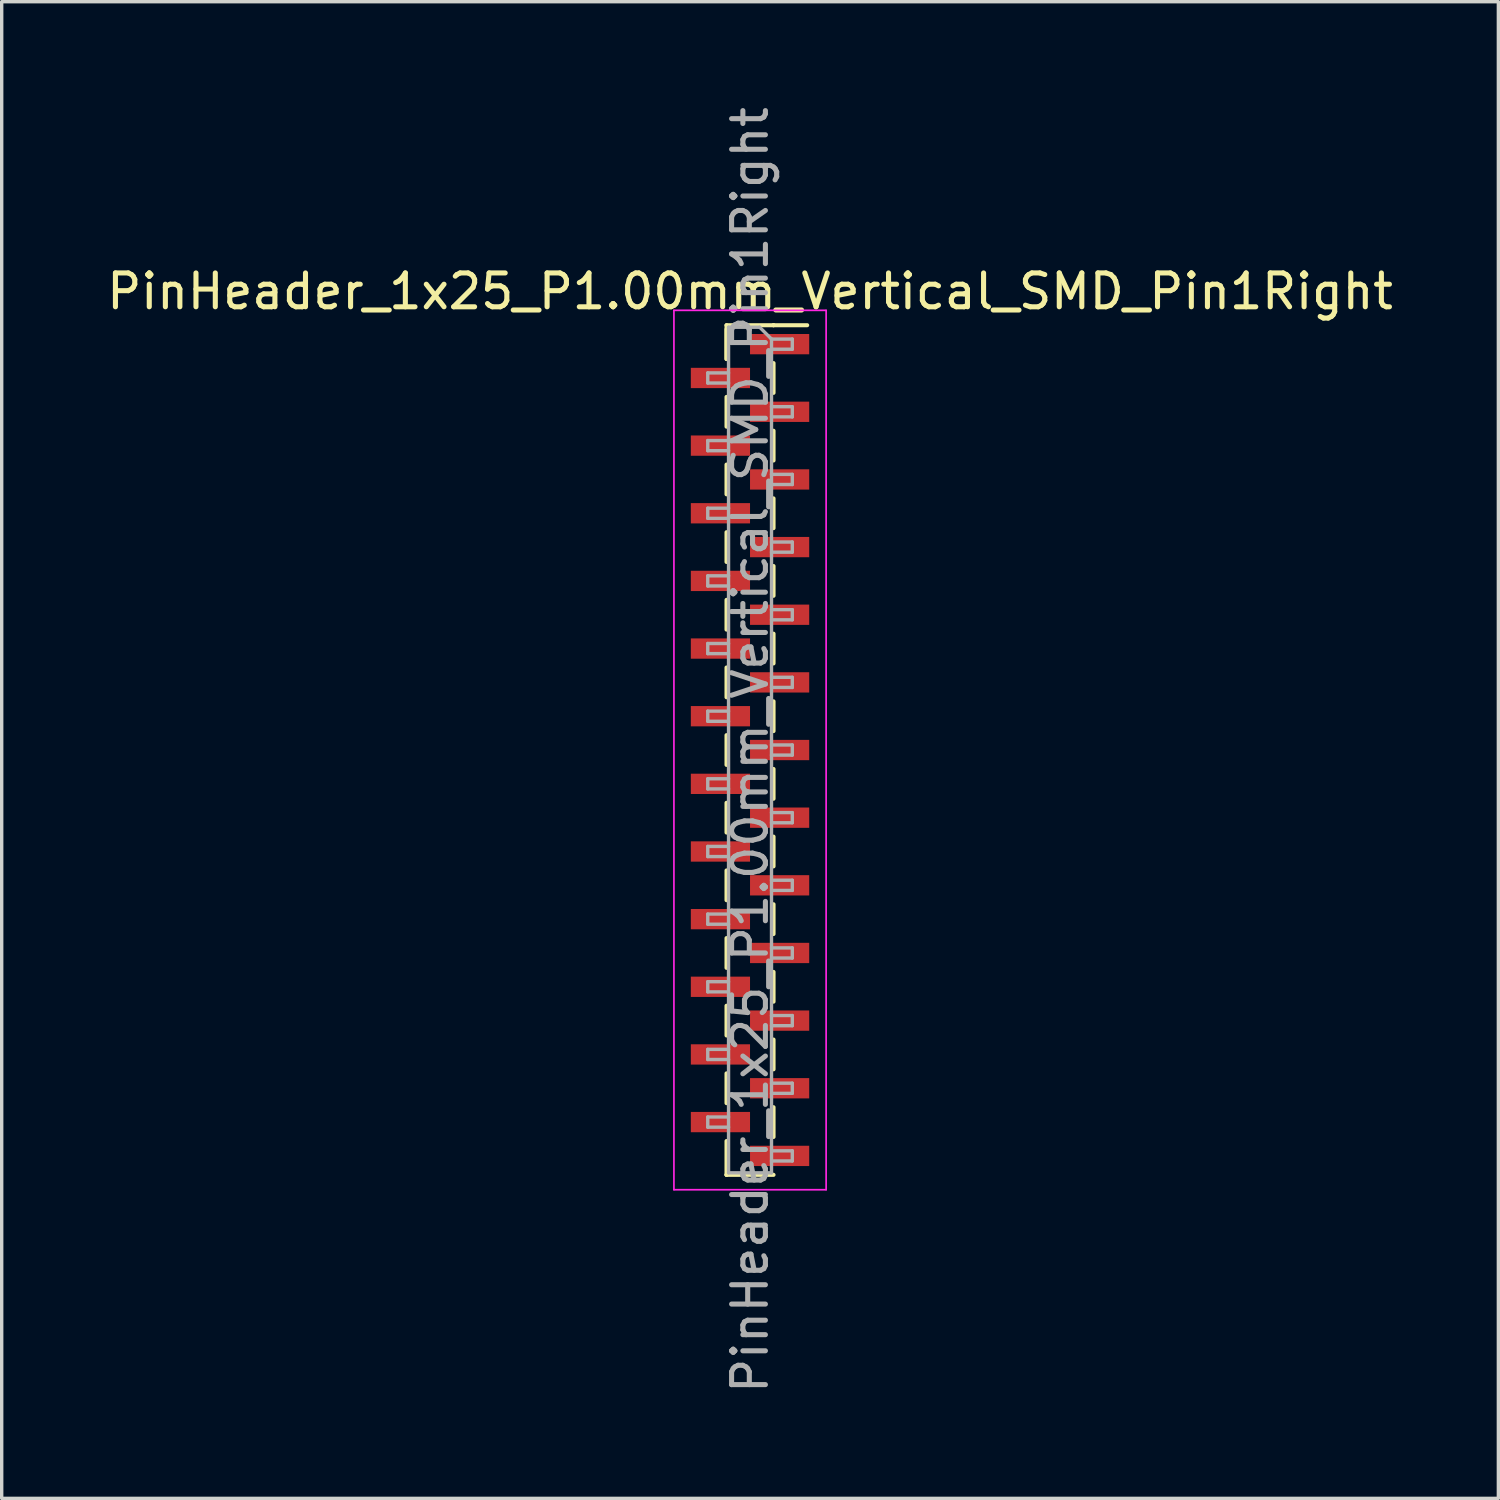
<source format=kicad_pcb>
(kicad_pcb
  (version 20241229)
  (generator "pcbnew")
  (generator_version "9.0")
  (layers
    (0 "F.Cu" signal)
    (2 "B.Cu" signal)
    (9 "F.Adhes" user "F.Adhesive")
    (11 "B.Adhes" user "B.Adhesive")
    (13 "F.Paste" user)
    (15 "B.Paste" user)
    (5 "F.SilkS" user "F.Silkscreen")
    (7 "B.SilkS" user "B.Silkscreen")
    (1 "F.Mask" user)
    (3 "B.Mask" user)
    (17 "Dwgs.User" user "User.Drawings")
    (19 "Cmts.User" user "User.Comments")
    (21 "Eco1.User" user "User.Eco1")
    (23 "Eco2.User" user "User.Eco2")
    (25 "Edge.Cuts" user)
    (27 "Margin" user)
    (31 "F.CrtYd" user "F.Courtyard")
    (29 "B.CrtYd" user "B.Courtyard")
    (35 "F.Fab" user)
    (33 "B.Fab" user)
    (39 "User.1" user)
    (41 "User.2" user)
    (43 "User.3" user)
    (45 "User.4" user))
  (footprint "PinHeader_1x25_P1.00mm_Vertical_SMD_Pin1Right"
    (layer "F.Cu")
    (at 19.125 19.125)
    (property "Reference" "PinHeader_1x25_P1.00mm_Vertical_SMD_Pin1Right" (at 0 -13.56 0) (layer "F.SilkS") (effects (font (size 1 1) (thickness 0.15))))
    (attr smd)
    (fp_line (start -0.695 -12.56) (end -0.695 -11.56) (stroke (width 0.12) (type solid)) (layer "F.SilkS"))
    (fp_line (start -0.695 -12.56) (end 0.695 -12.56) (stroke (width 0.12) (type solid)) (layer "F.SilkS"))
    (fp_line (start -0.695 -12.44) (end -0.695 -11.56) (stroke (width 0.12) (type solid)) (layer "F.SilkS"))
    (fp_line (start -0.695 -10.44) (end -0.695 -9.56) (stroke (width 0.12) (type solid)) (layer "F.SilkS"))
    (fp_line (start -0.695 -8.44) (end -0.695 -7.56) (stroke (width 0.12) (type solid)) (layer "F.SilkS"))
    (fp_line (start -0.695 -6.44) (end -0.695 -5.56) (stroke (width 0.12) (type solid)) (layer "F.SilkS"))
    (fp_line (start -0.695 -4.44) (end -0.695 -3.56) (stroke (width 0.12) (type solid)) (layer "F.SilkS"))
    (fp_line (start -0.695 -2.44) (end -0.695 -1.56) (stroke (width 0.12) (type solid)) (layer "F.SilkS"))
    (fp_line (start -0.695 -0.44) (end -0.695 0.44) (stroke (width 0.12) (type solid)) (layer "F.SilkS"))
    (fp_line (start -0.695 1.56) (end -0.695 2.44) (stroke (width 0.12) (type solid)) (layer "F.SilkS"))
    (fp_line (start -0.695 3.56) (end -0.695 4.44) (stroke (width 0.12) (type solid)) (layer "F.SilkS"))
    (fp_line (start -0.695 5.56) (end -0.695 6.44) (stroke (width 0.12) (type solid)) (layer "F.SilkS"))
    (fp_line (start -0.695 7.56) (end -0.695 8.44) (stroke (width 0.12) (type solid)) (layer "F.SilkS"))
    (fp_line (start -0.695 9.56) (end -0.695 10.44) (stroke (width 0.12) (type solid)) (layer "F.SilkS"))
    (fp_line (start -0.695 11.56) (end -0.695 12.56) (stroke (width 0.12) (type solid)) (layer "F.SilkS"))
    (fp_line (start -0.695 12.56) (end -0.695 12.56) (stroke (width 0.12) (type solid)) (layer "F.SilkS"))
    (fp_line (start -0.695 12.56) (end 0.695 12.56) (stroke (width 0.12) (type solid)) (layer "F.SilkS"))
    (fp_line (start 0.695 -12.56) (end 0.695 -12.56) (stroke (width 0.12) (type solid)) (layer "F.SilkS"))
    (fp_line (start 0.695 -12.56) (end 1.69 -12.56) (stroke (width 0.12) (type solid)) (layer "F.SilkS"))
    (fp_line (start 0.695 -11.44) (end 0.695 -10.56) (stroke (width 0.12) (type solid)) (layer "F.SilkS"))
    (fp_line (start 0.695 -9.44) (end 0.695 -8.56) (stroke (width 0.12) (type solid)) (layer "F.SilkS"))
    (fp_line (start 0.695 -7.44) (end 0.695 -6.56) (stroke (width 0.12) (type solid)) (layer "F.SilkS"))
    (fp_line (start 0.695 -5.44) (end 0.695 -4.56) (stroke (width 0.12) (type solid)) (layer "F.SilkS"))
    (fp_line (start 0.695 -3.44) (end 0.695 -2.56) (stroke (width 0.12) (type solid)) (layer "F.SilkS"))
    (fp_line (start 0.695 -1.44) (end 0.695 -0.56) (stroke (width 0.12) (type solid)) (layer "F.SilkS"))
    (fp_line (start 0.695 0.56) (end 0.695 1.44) (stroke (width 0.12) (type solid)) (layer "F.SilkS"))
    (fp_line (start 0.695 2.56) (end 0.695 3.44) (stroke (width 0.12) (type solid)) (layer "F.SilkS"))
    (fp_line (start 0.695 4.56) (end 0.695 5.44) (stroke (width 0.12) (type solid)) (layer "F.SilkS"))
    (fp_line (start 0.695 6.56) (end 0.695 7.44) (stroke (width 0.12) (type solid)) (layer "F.SilkS"))
    (fp_line (start 0.695 8.56) (end 0.695 9.44) (stroke (width 0.12) (type solid)) (layer "F.SilkS"))
    (fp_line (start 0.695 10.56) (end 0.695 11.44) (stroke (width 0.12) (type solid)) (layer "F.SilkS"))
    (fp_line (start -2.25 -13) (end -2.25 13) (stroke (width 0.05) (type solid)) (layer "F.CrtYd"))
    (fp_line (start -2.25 13) (end 2.25 13) (stroke (width 0.05) (type solid)) (layer "F.CrtYd"))
    (fp_line (start 2.25 -13) (end -2.25 -13) (stroke (width 0.05) (type solid)) (layer "F.CrtYd"))
    (fp_line (start 2.25 13) (end 2.25 -13) (stroke (width 0.05) (type solid)) (layer "F.CrtYd"))
    (fp_line (start -1.25 -11.15) (end -1.25 -10.85) (stroke (width 0.1) (type solid)) (layer "F.Fab"))
    (fp_line (start -1.25 -10.85) (end -0.635 -10.85) (stroke (width 0.1) (type solid)) (layer "F.Fab"))
    (fp_line (start -1.25 -9.15) (end -1.25 -8.85) (stroke (width 0.1) (type solid)) (layer "F.Fab"))
    (fp_line (start -1.25 -8.85) (end -0.635 -8.85) (stroke (width 0.1) (type solid)) (layer "F.Fab"))
    (fp_line (start -1.25 -7.15) (end -1.25 -6.85) (stroke (width 0.1) (type solid)) (layer "F.Fab"))
    (fp_line (start -1.25 -6.85) (end -0.635 -6.85) (stroke (width 0.1) (type solid)) (layer "F.Fab"))
    (fp_line (start -1.25 -5.15) (end -1.25 -4.85) (stroke (width 0.1) (type solid)) (layer "F.Fab"))
    (fp_line (start -1.25 -4.85) (end -0.635 -4.85) (stroke (width 0.1) (type solid)) (layer "F.Fab"))
    (fp_line (start -1.25 -3.15) (end -1.25 -2.85) (stroke (width 0.1) (type solid)) (layer "F.Fab"))
    (fp_line (start -1.25 -2.85) (end -0.635 -2.85) (stroke (width 0.1) (type solid)) (layer "F.Fab"))
    (fp_line (start -1.25 -1.15) (end -1.25 -0.85) (stroke (width 0.1) (type solid)) (layer "F.Fab"))
    (fp_line (start -1.25 -0.85) (end -0.635 -0.85) (stroke (width 0.1) (type solid)) (layer "F.Fab"))
    (fp_line (start -1.25 0.85) (end -1.25 1.15) (stroke (width 0.1) (type solid)) (layer "F.Fab"))
    (fp_line (start -1.25 1.15) (end -0.635 1.15) (stroke (width 0.1) (type solid)) (layer "F.Fab"))
    (fp_line (start -1.25 2.85) (end -1.25 3.15) (stroke (width 0.1) (type solid)) (layer "F.Fab"))
    (fp_line (start -1.25 3.15) (end -0.635 3.15) (stroke (width 0.1) (type solid)) (layer "F.Fab"))
    (fp_line (start -1.25 4.85) (end -1.25 5.15) (stroke (width 0.1) (type solid)) (layer "F.Fab"))
    (fp_line (start -1.25 5.15) (end -0.635 5.15) (stroke (width 0.1) (type solid)) (layer "F.Fab"))
    (fp_line (start -1.25 6.85) (end -1.25 7.15) (stroke (width 0.1) (type solid)) (layer "F.Fab"))
    (fp_line (start -1.25 7.15) (end -0.635 7.15) (stroke (width 0.1) (type solid)) (layer "F.Fab"))
    (fp_line (start -1.25 8.85) (end -1.25 9.15) (stroke (width 0.1) (type solid)) (layer "F.Fab"))
    (fp_line (start -1.25 9.15) (end -0.635 9.15) (stroke (width 0.1) (type solid)) (layer "F.Fab"))
    (fp_line (start -1.25 10.85) (end -1.25 11.15) (stroke (width 0.1) (type solid)) (layer "F.Fab"))
    (fp_line (start -1.25 11.15) (end -0.635 11.15) (stroke (width 0.1) (type solid)) (layer "F.Fab"))
    (fp_line (start -0.635 -12.5) (end -0.635 12.5) (stroke (width 0.1) (type solid)) (layer "F.Fab"))
    (fp_line (start -0.635 -12.5) (end 0.285 -12.5) (stroke (width 0.1) (type solid)) (layer "F.Fab"))
    (fp_line (start -0.635 -11.15) (end -1.25 -11.15) (stroke (width 0.1) (type solid)) (layer "F.Fab"))
    (fp_line (start -0.635 -9.15) (end -1.25 -9.15) (stroke (width 0.1) (type solid)) (layer "F.Fab"))
    (fp_line (start -0.635 -7.15) (end -1.25 -7.15) (stroke (width 0.1) (type solid)) (layer "F.Fab"))
    (fp_line (start -0.635 -5.15) (end -1.25 -5.15) (stroke (width 0.1) (type solid)) (layer "F.Fab"))
    (fp_line (start -0.635 -3.15) (end -1.25 -3.15) (stroke (width 0.1) (type solid)) (layer "F.Fab"))
    (fp_line (start -0.635 -1.15) (end -1.25 -1.15) (stroke (width 0.1) (type solid)) (layer "F.Fab"))
    (fp_line (start -0.635 0.85) (end -1.25 0.85) (stroke (width 0.1) (type solid)) (layer "F.Fab"))
    (fp_line (start -0.635 2.85) (end -1.25 2.85) (stroke (width 0.1) (type solid)) (layer "F.Fab"))
    (fp_line (start -0.635 4.85) (end -1.25 4.85) (stroke (width 0.1) (type solid)) (layer "F.Fab"))
    (fp_line (start -0.635 6.85) (end -1.25 6.85) (stroke (width 0.1) (type solid)) (layer "F.Fab"))
    (fp_line (start -0.635 8.85) (end -1.25 8.85) (stroke (width 0.1) (type solid)) (layer "F.Fab"))
    (fp_line (start -0.635 10.85) (end -1.25 10.85) (stroke (width 0.1) (type solid)) (layer "F.Fab"))
    (fp_line (start 0.635 -12.15) (end 0.285 -12.5) (stroke (width 0.1) (type solid)) (layer "F.Fab"))
    (fp_line (start 0.635 -12.15) (end 1.25 -12.15) (stroke (width 0.1) (type solid)) (layer "F.Fab"))
    (fp_line (start 0.635 -10.15) (end 1.25 -10.15) (stroke (width 0.1) (type solid)) (layer "F.Fab"))
    (fp_line (start 0.635 -8.15) (end 1.25 -8.15) (stroke (width 0.1) (type solid)) (layer "F.Fab"))
    (fp_line (start 0.635 -6.15) (end 1.25 -6.15) (stroke (width 0.1) (type solid)) (layer "F.Fab"))
    (fp_line (start 0.635 -4.15) (end 1.25 -4.15) (stroke (width 0.1) (type solid)) (layer "F.Fab"))
    (fp_line (start 0.635 -2.15) (end 1.25 -2.15) (stroke (width 0.1) (type solid)) (layer "F.Fab"))
    (fp_line (start 0.635 -0.15) (end 1.25 -0.15) (stroke (width 0.1) (type solid)) (layer "F.Fab"))
    (fp_line (start 0.635 1.85) (end 1.25 1.85) (stroke (width 0.1) (type solid)) (layer "F.Fab"))
    (fp_line (start 0.635 3.85) (end 1.25 3.85) (stroke (width 0.1) (type solid)) (layer "F.Fab"))
    (fp_line (start 0.635 5.85) (end 1.25 5.85) (stroke (width 0.1) (type solid)) (layer "F.Fab"))
    (fp_line (start 0.635 7.85) (end 1.25 7.85) (stroke (width 0.1) (type solid)) (layer "F.Fab"))
    (fp_line (start 0.635 9.85) (end 1.25 9.85) (stroke (width 0.1) (type solid)) (layer "F.Fab"))
    (fp_line (start 0.635 11.85) (end 1.25 11.85) (stroke (width 0.1) (type solid)) (layer "F.Fab"))
    (fp_line (start 0.635 12.5) (end -0.635 12.5) (stroke (width 0.1) (type solid)) (layer "F.Fab"))
    (fp_line (start 0.635 12.5) (end 0.635 -12.15) (stroke (width 0.1) (type solid)) (layer "F.Fab"))
    (fp_line (start 1.25 -12.15) (end 1.25 -11.85) (stroke (width 0.1) (type solid)) (layer "F.Fab"))
    (fp_line (start 1.25 -11.85) (end 0.635 -11.85) (stroke (width 0.1) (type solid)) (layer "F.Fab"))
    (fp_line (start 1.25 -10.15) (end 1.25 -9.85) (stroke (width 0.1) (type solid)) (layer "F.Fab"))
    (fp_line (start 1.25 -9.85) (end 0.635 -9.85) (stroke (width 0.1) (type solid)) (layer "F.Fab"))
    (fp_line (start 1.25 -8.15) (end 1.25 -7.85) (stroke (width 0.1) (type solid)) (layer "F.Fab"))
    (fp_line (start 1.25 -7.85) (end 0.635 -7.85) (stroke (width 0.1) (type solid)) (layer "F.Fab"))
    (fp_line (start 1.25 -6.15) (end 1.25 -5.85) (stroke (width 0.1) (type solid)) (layer "F.Fab"))
    (fp_line (start 1.25 -5.85) (end 0.635 -5.85) (stroke (width 0.1) (type solid)) (layer "F.Fab"))
    (fp_line (start 1.25 -4.15) (end 1.25 -3.85) (stroke (width 0.1) (type solid)) (layer "F.Fab"))
    (fp_line (start 1.25 -3.85) (end 0.635 -3.85) (stroke (width 0.1) (type solid)) (layer "F.Fab"))
    (fp_line (start 1.25 -2.15) (end 1.25 -1.85) (stroke (width 0.1) (type solid)) (layer "F.Fab"))
    (fp_line (start 1.25 -1.85) (end 0.635 -1.85) (stroke (width 0.1) (type solid)) (layer "F.Fab"))
    (fp_line (start 1.25 -0.15) (end 1.25 0.15) (stroke (width 0.1) (type solid)) (layer "F.Fab"))
    (fp_line (start 1.25 0.15) (end 0.635 0.15) (stroke (width 0.1) (type solid)) (layer "F.Fab"))
    (fp_line (start 1.25 1.85) (end 1.25 2.15) (stroke (width 0.1) (type solid)) (layer "F.Fab"))
    (fp_line (start 1.25 2.15) (end 0.635 2.15) (stroke (width 0.1) (type solid)) (layer "F.Fab"))
    (fp_line (start 1.25 3.85) (end 1.25 4.15) (stroke (width 0.1) (type solid)) (layer "F.Fab"))
    (fp_line (start 1.25 4.15) (end 0.635 4.15) (stroke (width 0.1) (type solid)) (layer "F.Fab"))
    (fp_line (start 1.25 5.85) (end 1.25 6.15) (stroke (width 0.1) (type solid)) (layer "F.Fab"))
    (fp_line (start 1.25 6.15) (end 0.635 6.15) (stroke (width 0.1) (type solid)) (layer "F.Fab"))
    (fp_line (start 1.25 7.85) (end 1.25 8.15) (stroke (width 0.1) (type solid)) (layer "F.Fab"))
    (fp_line (start 1.25 8.15) (end 0.635 8.15) (stroke (width 0.1) (type solid)) (layer "F.Fab"))
    (fp_line (start 1.25 9.85) (end 1.25 10.15) (stroke (width 0.1) (type solid)) (layer "F.Fab"))
    (fp_line (start 1.25 10.15) (end 0.635 10.15) (stroke (width 0.1) (type solid)) (layer "F.Fab"))
    (fp_line (start 1.25 11.85) (end 1.25 12.15) (stroke (width 0.1) (type solid)) (layer "F.Fab"))
    (fp_line (start 1.25 12.15) (end 0.635 12.15) (stroke (width 0.1) (type solid)) (layer "F.Fab"))
    (fp_text user "${REFERENCE}" (at 0 0 90) (layer "F.Fab") (effects (font (size 1 1) (thickness 0.15))))
    (pad "1" smd rect (at 0.875 -12) (size 1.75 0.6) (layers "F.Cu" "F.Mask" "F.Paste"))
    (pad "2" smd rect (at -0.875 -11) (size 1.75 0.6) (layers "F.Cu" "F.Mask" "F.Paste"))
    (pad "3" smd rect (at 0.875 -10) (size 1.75 0.6) (layers "F.Cu" "F.Mask" "F.Paste"))
    (pad "4" smd rect (at -0.875 -9) (size 1.75 0.6) (layers "F.Cu" "F.Mask" "F.Paste"))
    (pad "5" smd rect (at 0.875 -8) (size 1.75 0.6) (layers "F.Cu" "F.Mask" "F.Paste"))
    (pad "6" smd rect (at -0.875 -7) (size 1.75 0.6) (layers "F.Cu" "F.Mask" "F.Paste"))
    (pad "7" smd rect (at 0.875 -6) (size 1.75 0.6) (layers "F.Cu" "F.Mask" "F.Paste"))
    (pad "8" smd rect (at -0.875 -5) (size 1.75 0.6) (layers "F.Cu" "F.Mask" "F.Paste"))
    (pad "9" smd rect (at 0.875 -4) (size 1.75 0.6) (layers "F.Cu" "F.Mask" "F.Paste"))
    (pad "10" smd rect (at -0.875 -3) (size 1.75 0.6) (layers "F.Cu" "F.Mask" "F.Paste"))
    (pad "11" smd rect (at 0.875 -2) (size 1.75 0.6) (layers "F.Cu" "F.Mask" "F.Paste"))
    (pad "12" smd rect (at -0.875 -1) (size 1.75 0.6) (layers "F.Cu" "F.Mask" "F.Paste"))
    (pad "13" smd rect (at 0.875 0) (size 1.75 0.6) (layers "F.Cu" "F.Mask" "F.Paste"))
    (pad "14" smd rect (at -0.875 1) (size 1.75 0.6) (layers "F.Cu" "F.Mask" "F.Paste"))
    (pad "15" smd rect (at 0.875 2) (size 1.75 0.6) (layers "F.Cu" "F.Mask" "F.Paste"))
    (pad "16" smd rect (at -0.875 3) (size 1.75 0.6) (layers "F.Cu" "F.Mask" "F.Paste"))
    (pad "17" smd rect (at 0.875 4) (size 1.75 0.6) (layers "F.Cu" "F.Mask" "F.Paste"))
    (pad "18" smd rect (at -0.875 5) (size 1.75 0.6) (layers "F.Cu" "F.Mask" "F.Paste"))
    (pad "19" smd rect (at 0.875 6) (size 1.75 0.6) (layers "F.Cu" "F.Mask" "F.Paste"))
    (pad "20" smd rect (at -0.875 7) (size 1.75 0.6) (layers "F.Cu" "F.Mask" "F.Paste"))
    (pad "21" smd rect (at 0.875 8) (size 1.75 0.6) (layers "F.Cu" "F.Mask" "F.Paste"))
    (pad "22" smd rect (at -0.875 9) (size 1.75 0.6) (layers "F.Cu" "F.Mask" "F.Paste"))
    (pad "23" smd rect (at 0.875 10) (size 1.75 0.6) (layers "F.Cu" "F.Mask" "F.Paste"))
    (pad "24" smd rect (at -0.875 11) (size 1.75 0.6) (layers "F.Cu" "F.Mask" "F.Paste"))
    (pad "25" smd rect (at 0.875 12) (size 1.75 0.6) (layers "F.Cu" "F.Mask" "F.Paste")))
  (gr_rect
    (start -3 -3)
    (end 41.25 41.25)
    (stroke (width 0.1) (type default))
    (fill no)
    (layer "Edge.Cuts")))
</source>
